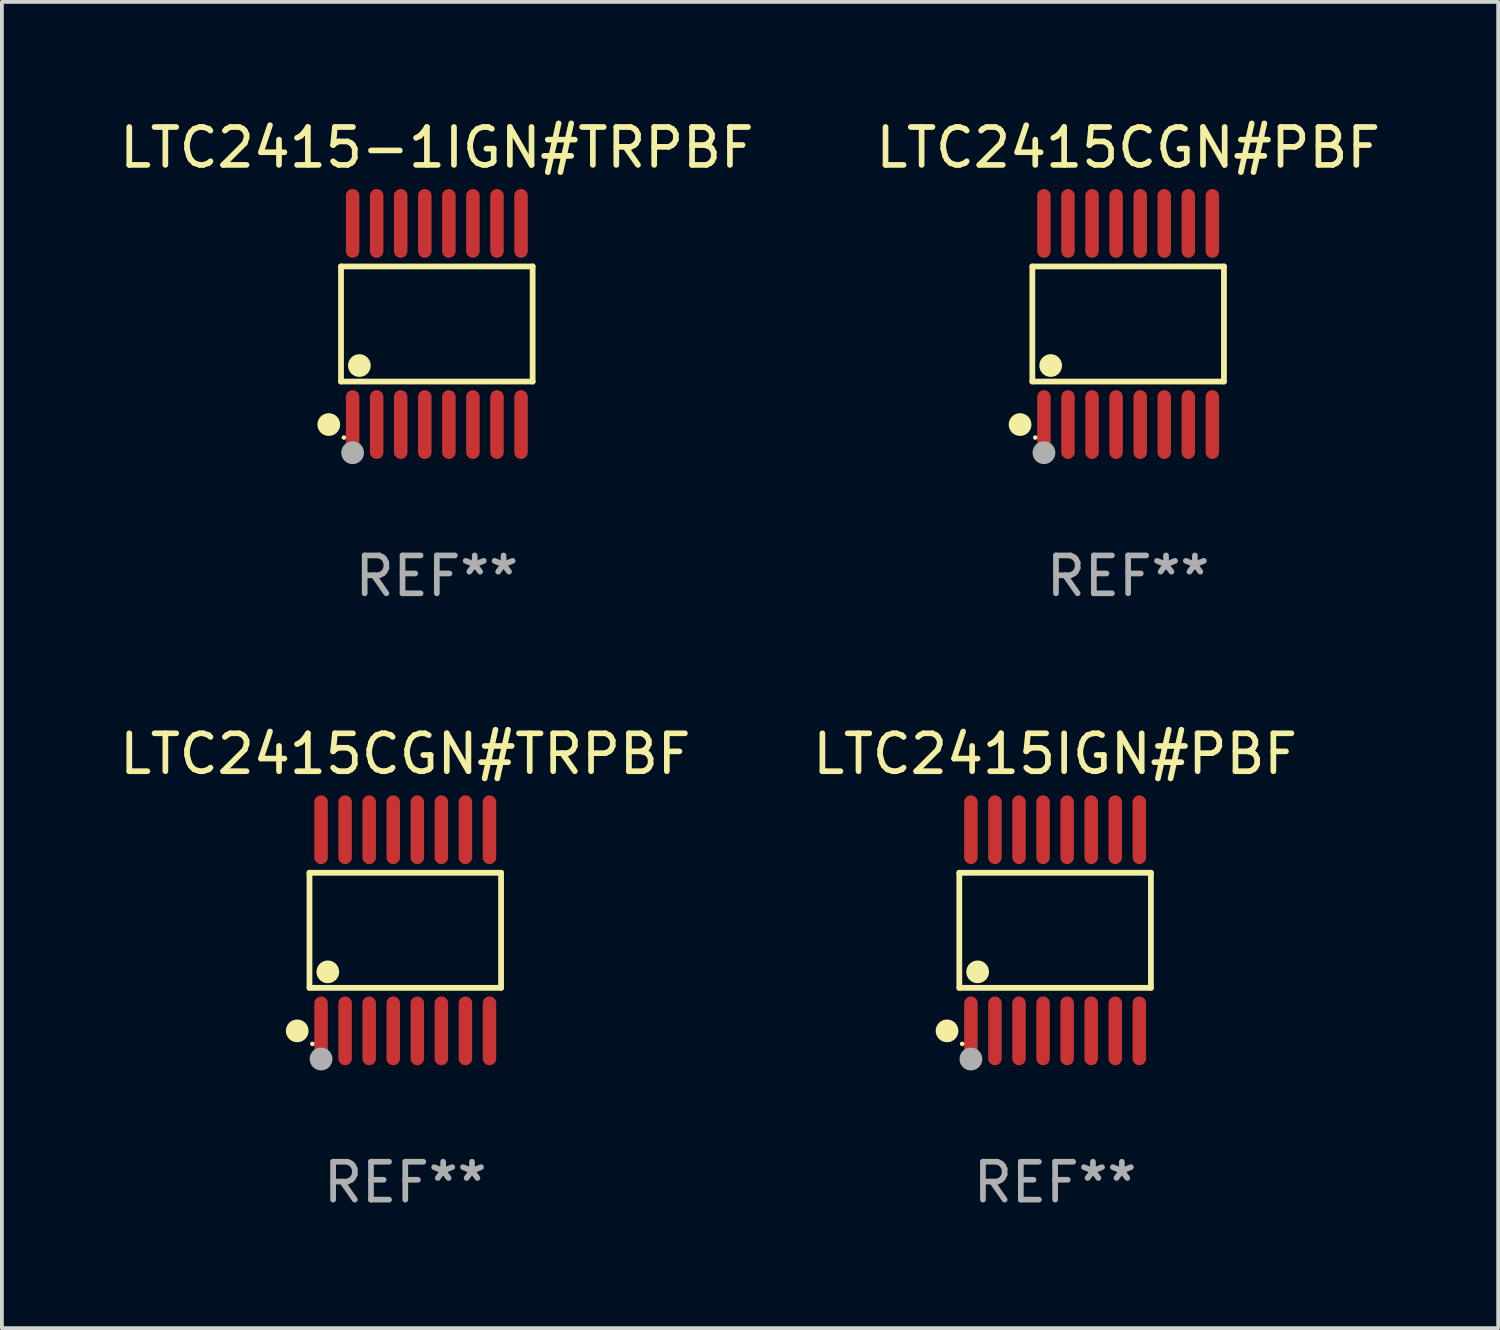
<source format=kicad_pcb>
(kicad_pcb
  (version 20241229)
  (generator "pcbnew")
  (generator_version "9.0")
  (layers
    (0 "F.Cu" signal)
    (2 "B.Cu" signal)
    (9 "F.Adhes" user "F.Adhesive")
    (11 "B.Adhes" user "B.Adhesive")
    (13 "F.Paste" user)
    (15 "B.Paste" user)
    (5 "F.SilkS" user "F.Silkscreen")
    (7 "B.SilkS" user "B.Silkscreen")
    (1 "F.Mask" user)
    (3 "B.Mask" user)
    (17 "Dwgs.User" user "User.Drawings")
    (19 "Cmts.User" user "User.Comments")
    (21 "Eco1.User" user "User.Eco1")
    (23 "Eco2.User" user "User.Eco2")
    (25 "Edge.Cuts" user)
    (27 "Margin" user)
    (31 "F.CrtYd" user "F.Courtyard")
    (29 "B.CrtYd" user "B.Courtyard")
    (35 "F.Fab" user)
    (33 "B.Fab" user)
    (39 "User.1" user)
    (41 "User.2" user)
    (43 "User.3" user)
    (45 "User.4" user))
  (footprint "LTC2415CGN#TRPBF"
    (layer "F.Cu")
    (at 7.649 21.509)
    (property "Reference" "LTC2415CGN#TRPBF" (at 0 -4.655 0) (layer "F.SilkS") (effects (font (size 1 1) (thickness 0.15))))
    (attr through_hole)
    (fp_line (start -2.529 -1.519) (end 2.529 -1.519) (stroke (width 0.152) (type solid)) (layer "F.SilkS"))
    (fp_line (start -2.529 1.519) (end -2.529 -1.519) (stroke (width 0.152) (type solid)) (layer "F.SilkS"))
    (fp_line (start 2.529 -1.519) (end 2.529 1.519) (stroke (width 0.152) (type solid)) (layer "F.SilkS"))
    (fp_line (start 2.529 1.519) (end -2.529 1.519) (stroke (width 0.152) (type solid)) (layer "F.SilkS"))
    (fp_circle (center -2.853 2.655) (end -2.703 2.655) (stroke (width 0.3) (type solid)) (fill no) (layer "F.SilkS"))
    (fp_circle (center -2.453 2.998) (end -2.423 2.998) (stroke (width 0.06) (type solid)) (fill no) (layer "F.SilkS"))
    (fp_circle (center -2.045 1.097) (end -1.895 1.097) (stroke (width 0.3) (type solid)) (fill no) (layer "F.SilkS"))
    (fp_circle (center -2.223 3.398) (end -2.072 3.398) (stroke (width 0.3) (type solid)) (fill no) (layer "F.Fab"))
    (fp_text user "REF**" (at 0 6.655 0) (layer "F.Fab") (effects (font (size 1 1) (thickness 0.15))))
    (pad "1" smd oval (at -2.223 2.655) (size 0.356 1.815) (layers "F.Cu" "F.Mask" "F.Paste"))
    (pad "2" smd oval (at -1.588 2.655) (size 0.356 1.815) (layers "F.Cu" "F.Mask" "F.Paste"))
    (pad "3" smd oval (at -0.953 2.655) (size 0.356 1.815) (layers "F.Cu" "F.Mask" "F.Paste"))
    (pad "4" smd oval (at -0.318 2.655) (size 0.356 1.815) (layers "F.Cu" "F.Mask" "F.Paste"))
    (pad "5" smd oval (at 0.318 2.655) (size 0.356 1.815) (layers "F.Cu" "F.Mask" "F.Paste"))
    (pad "6" smd oval (at 0.953 2.655) (size 0.356 1.815) (layers "F.Cu" "F.Mask" "F.Paste"))
    (pad "7" smd oval (at 1.588 2.655) (size 0.356 1.815) (layers "F.Cu" "F.Mask" "F.Paste"))
    (pad "8" smd oval (at 2.223 2.655) (size 0.356 1.815) (layers "F.Cu" "F.Mask" "F.Paste"))
    (pad "9" smd oval (at 2.223 -2.655) (size 0.356 1.815) (layers "F.Cu" "F.Mask" "F.Paste"))
    (pad "10" smd oval (at 1.588 -2.655) (size 0.356 1.815) (layers "F.Cu" "F.Mask" "F.Paste"))
    (pad "11" smd oval (at 0.953 -2.655) (size 0.356 1.815) (layers "F.Cu" "F.Mask" "F.Paste"))
    (pad "12" smd oval (at 0.318 -2.655) (size 0.356 1.815) (layers "F.Cu" "F.Mask" "F.Paste"))
    (pad "13" smd oval (at -0.318 -2.655) (size 0.356 1.815) (layers "F.Cu" "F.Mask" "F.Paste"))
    (pad "14" smd oval (at -0.953 -2.655) (size 0.356 1.815) (layers "F.Cu" "F.Mask" "F.Paste"))
    (pad "15" smd oval (at -1.588 -2.655) (size 0.356 1.815) (layers "F.Cu" "F.Mask" "F.Paste"))
    (pad "16" smd oval (at -2.223 -2.655) (size 0.356 1.815) (layers "F.Cu" "F.Mask" "F.Paste")))
  (footprint "LTC2415IGN#PBF"
    (layer "F.Cu")
    (at 24.804 21.509)
    (property "Reference" "LTC2415IGN#PBF" (at 0 -4.655 0) (layer "F.SilkS") (effects (font (size 1 1) (thickness 0.15))))
    (attr through_hole)
    (fp_line (start -2.529 -1.519) (end 2.529 -1.519) (stroke (width 0.152) (type solid)) (layer "F.SilkS"))
    (fp_line (start -2.529 1.519) (end -2.529 -1.519) (stroke (width 0.152) (type solid)) (layer "F.SilkS"))
    (fp_line (start 2.529 -1.519) (end 2.529 1.519) (stroke (width 0.152) (type solid)) (layer "F.SilkS"))
    (fp_line (start 2.529 1.519) (end -2.529 1.519) (stroke (width 0.152) (type solid)) (layer "F.SilkS"))
    (fp_circle (center -2.853 2.655) (end -2.703 2.655) (stroke (width 0.3) (type solid)) (fill no) (layer "F.SilkS"))
    (fp_circle (center -2.453 2.998) (end -2.423 2.998) (stroke (width 0.06) (type solid)) (fill no) (layer "F.SilkS"))
    (fp_circle (center -2.045 1.097) (end -1.895 1.097) (stroke (width 0.3) (type solid)) (fill no) (layer "F.SilkS"))
    (fp_circle (center -2.223 3.398) (end -2.072 3.398) (stroke (width 0.3) (type solid)) (fill no) (layer "F.Fab"))
    (fp_text user "REF**" (at 0 6.655 0) (layer "F.Fab") (effects (font (size 1 1) (thickness 0.15))))
    (pad "1" smd oval (at -2.223 2.655) (size 0.356 1.815) (layers "F.Cu" "F.Mask" "F.Paste"))
    (pad "2" smd oval (at -1.588 2.655) (size 0.356 1.815) (layers "F.Cu" "F.Mask" "F.Paste"))
    (pad "3" smd oval (at -0.953 2.655) (size 0.356 1.815) (layers "F.Cu" "F.Mask" "F.Paste"))
    (pad "4" smd oval (at -0.318 2.655) (size 0.356 1.815) (layers "F.Cu" "F.Mask" "F.Paste"))
    (pad "5" smd oval (at 0.318 2.655) (size 0.356 1.815) (layers "F.Cu" "F.Mask" "F.Paste"))
    (pad "6" smd oval (at 0.953 2.655) (size 0.356 1.815) (layers "F.Cu" "F.Mask" "F.Paste"))
    (pad "7" smd oval (at 1.588 2.655) (size 0.356 1.815) (layers "F.Cu" "F.Mask" "F.Paste"))
    (pad "8" smd oval (at 2.223 2.655) (size 0.356 1.815) (layers "F.Cu" "F.Mask" "F.Paste"))
    (pad "9" smd oval (at 2.223 -2.655) (size 0.356 1.815) (layers "F.Cu" "F.Mask" "F.Paste"))
    (pad "10" smd oval (at 1.588 -2.655) (size 0.356 1.815) (layers "F.Cu" "F.Mask" "F.Paste"))
    (pad "11" smd oval (at 0.953 -2.655) (size 0.356 1.815) (layers "F.Cu" "F.Mask" "F.Paste"))
    (pad "12" smd oval (at 0.318 -2.655) (size 0.356 1.815) (layers "F.Cu" "F.Mask" "F.Paste"))
    (pad "13" smd oval (at -0.318 -2.655) (size 0.356 1.815) (layers "F.Cu" "F.Mask" "F.Paste"))
    (pad "14" smd oval (at -0.953 -2.655) (size 0.356 1.815) (layers "F.Cu" "F.Mask" "F.Paste"))
    (pad "15" smd oval (at -1.588 -2.655) (size 0.356 1.815) (layers "F.Cu" "F.Mask" "F.Paste"))
    (pad "16" smd oval (at -2.223 -2.655) (size 0.356 1.815) (layers "F.Cu" "F.Mask" "F.Paste")))
  (footprint "LTC2415CGN#PBF"
    (layer "F.Cu")
    (at 26.732 5.503)
    (property "Reference" "LTC2415CGN#PBF" (at 0 -4.655 0) (layer "F.SilkS") (effects (font (size 1 1) (thickness 0.15))))
    (attr through_hole)
    (fp_line (start -2.529 -1.519) (end 2.529 -1.519) (stroke (width 0.152) (type solid)) (layer "F.SilkS"))
    (fp_line (start -2.529 1.519) (end -2.529 -1.519) (stroke (width 0.152) (type solid)) (layer "F.SilkS"))
    (fp_line (start 2.529 -1.519) (end 2.529 1.519) (stroke (width 0.152) (type solid)) (layer "F.SilkS"))
    (fp_line (start 2.529 1.519) (end -2.529 1.519) (stroke (width 0.152) (type solid)) (layer "F.SilkS"))
    (fp_circle (center -2.853 2.655) (end -2.703 2.655) (stroke (width 0.3) (type solid)) (fill no) (layer "F.SilkS"))
    (fp_circle (center -2.453 2.998) (end -2.423 2.998) (stroke (width 0.06) (type solid)) (fill no) (layer "F.SilkS"))
    (fp_circle (center -2.045 1.097) (end -1.895 1.097) (stroke (width 0.3) (type solid)) (fill no) (layer "F.SilkS"))
    (fp_circle (center -2.223 3.398) (end -2.072 3.398) (stroke (width 0.3) (type solid)) (fill no) (layer "F.Fab"))
    (fp_text user "REF**" (at 0 6.655 0) (layer "F.Fab") (effects (font (size 1 1) (thickness 0.15))))
    (pad "1" smd oval (at -2.223 2.655) (size 0.356 1.815) (layers "F.Cu" "F.Mask" "F.Paste"))
    (pad "2" smd oval (at -1.588 2.655) (size 0.356 1.815) (layers "F.Cu" "F.Mask" "F.Paste"))
    (pad "3" smd oval (at -0.953 2.655) (size 0.356 1.815) (layers "F.Cu" "F.Mask" "F.Paste"))
    (pad "4" smd oval (at -0.318 2.655) (size 0.356 1.815) (layers "F.Cu" "F.Mask" "F.Paste"))
    (pad "5" smd oval (at 0.318 2.655) (size 0.356 1.815) (layers "F.Cu" "F.Mask" "F.Paste"))
    (pad "6" smd oval (at 0.953 2.655) (size 0.356 1.815) (layers "F.Cu" "F.Mask" "F.Paste"))
    (pad "7" smd oval (at 1.588 2.655) (size 0.356 1.815) (layers "F.Cu" "F.Mask" "F.Paste"))
    (pad "8" smd oval (at 2.223 2.655) (size 0.356 1.815) (layers "F.Cu" "F.Mask" "F.Paste"))
    (pad "9" smd oval (at 2.223 -2.655) (size 0.356 1.815) (layers "F.Cu" "F.Mask" "F.Paste"))
    (pad "10" smd oval (at 1.588 -2.655) (size 0.356 1.815) (layers "F.Cu" "F.Mask" "F.Paste"))
    (pad "11" smd oval (at 0.953 -2.655) (size 0.356 1.815) (layers "F.Cu" "F.Mask" "F.Paste"))
    (pad "12" smd oval (at 0.318 -2.655) (size 0.356 1.815) (layers "F.Cu" "F.Mask" "F.Paste"))
    (pad "13" smd oval (at -0.318 -2.655) (size 0.356 1.815) (layers "F.Cu" "F.Mask" "F.Paste"))
    (pad "14" smd oval (at -0.953 -2.655) (size 0.356 1.815) (layers "F.Cu" "F.Mask" "F.Paste"))
    (pad "15" smd oval (at -1.588 -2.655) (size 0.356 1.815) (layers "F.Cu" "F.Mask" "F.Paste"))
    (pad "16" smd oval (at -2.223 -2.655) (size 0.356 1.815) (layers "F.Cu" "F.Mask" "F.Paste")))
  (footprint "LTC2415-1IGN#TRPBF"
    (layer "F.Cu")
    (at 8.482 5.503)
    (property "Reference" "LTC2415-1IGN#TRPBF" (at 0 -4.655 0) (layer "F.SilkS") (effects (font (size 1 1) (thickness 0.15))))
    (attr through_hole)
    (fp_line (start -2.529 -1.519) (end 2.529 -1.519) (stroke (width 0.152) (type solid)) (layer "F.SilkS"))
    (fp_line (start -2.529 1.519) (end -2.529 -1.519) (stroke (width 0.152) (type solid)) (layer "F.SilkS"))
    (fp_line (start 2.529 -1.519) (end 2.529 1.519) (stroke (width 0.152) (type solid)) (layer "F.SilkS"))
    (fp_line (start 2.529 1.519) (end -2.529 1.519) (stroke (width 0.152) (type solid)) (layer "F.SilkS"))
    (fp_circle (center -2.853 2.655) (end -2.703 2.655) (stroke (width 0.3) (type solid)) (fill no) (layer "F.SilkS"))
    (fp_circle (center -2.453 2.998) (end -2.423 2.998) (stroke (width 0.06) (type solid)) (fill no) (layer "F.SilkS"))
    (fp_circle (center -2.045 1.097) (end -1.895 1.097) (stroke (width 0.3) (type solid)) (fill no) (layer "F.SilkS"))
    (fp_circle (center -2.223 3.398) (end -2.072 3.398) (stroke (width 0.3) (type solid)) (fill no) (layer "F.Fab"))
    (fp_text user "REF**" (at 0 6.655 0) (layer "F.Fab") (effects (font (size 1 1) (thickness 0.15))))
    (pad "1" smd oval (at -2.223 2.655) (size 0.356 1.815) (layers "F.Cu" "F.Mask" "F.Paste"))
    (pad "2" smd oval (at -1.588 2.655) (size 0.356 1.815) (layers "F.Cu" "F.Mask" "F.Paste"))
    (pad "3" smd oval (at -0.953 2.655) (size 0.356 1.815) (layers "F.Cu" "F.Mask" "F.Paste"))
    (pad "4" smd oval (at -0.318 2.655) (size 0.356 1.815) (layers "F.Cu" "F.Mask" "F.Paste"))
    (pad "5" smd oval (at 0.318 2.655) (size 0.356 1.815) (layers "F.Cu" "F.Mask" "F.Paste"))
    (pad "6" smd oval (at 0.953 2.655) (size 0.356 1.815) (layers "F.Cu" "F.Mask" "F.Paste"))
    (pad "7" smd oval (at 1.588 2.655) (size 0.356 1.815) (layers "F.Cu" "F.Mask" "F.Paste"))
    (pad "8" smd oval (at 2.223 2.655) (size 0.356 1.815) (layers "F.Cu" "F.Mask" "F.Paste"))
    (pad "9" smd oval (at 2.223 -2.655) (size 0.356 1.815) (layers "F.Cu" "F.Mask" "F.Paste"))
    (pad "10" smd oval (at 1.588 -2.655) (size 0.356 1.815) (layers "F.Cu" "F.Mask" "F.Paste"))
    (pad "11" smd oval (at 0.953 -2.655) (size 0.356 1.815) (layers "F.Cu" "F.Mask" "F.Paste"))
    (pad "12" smd oval (at 0.318 -2.655) (size 0.356 1.815) (layers "F.Cu" "F.Mask" "F.Paste"))
    (pad "13" smd oval (at -0.318 -2.655) (size 0.356 1.815) (layers "F.Cu" "F.Mask" "F.Paste"))
    (pad "14" smd oval (at -0.953 -2.655) (size 0.356 1.815) (layers "F.Cu" "F.Mask" "F.Paste"))
    (pad "15" smd oval (at -1.588 -2.655) (size 0.356 1.815) (layers "F.Cu" "F.Mask" "F.Paste"))
    (pad "16" smd oval (at -2.223 -2.655) (size 0.356 1.815) (layers "F.Cu" "F.Mask" "F.Paste")))
  (gr_rect
    (start -3 -3)
    (end 36.5 32.012)
    (stroke (width 0.1) (type default))
    (fill no)
    (layer "Edge.Cuts")))
</source>
